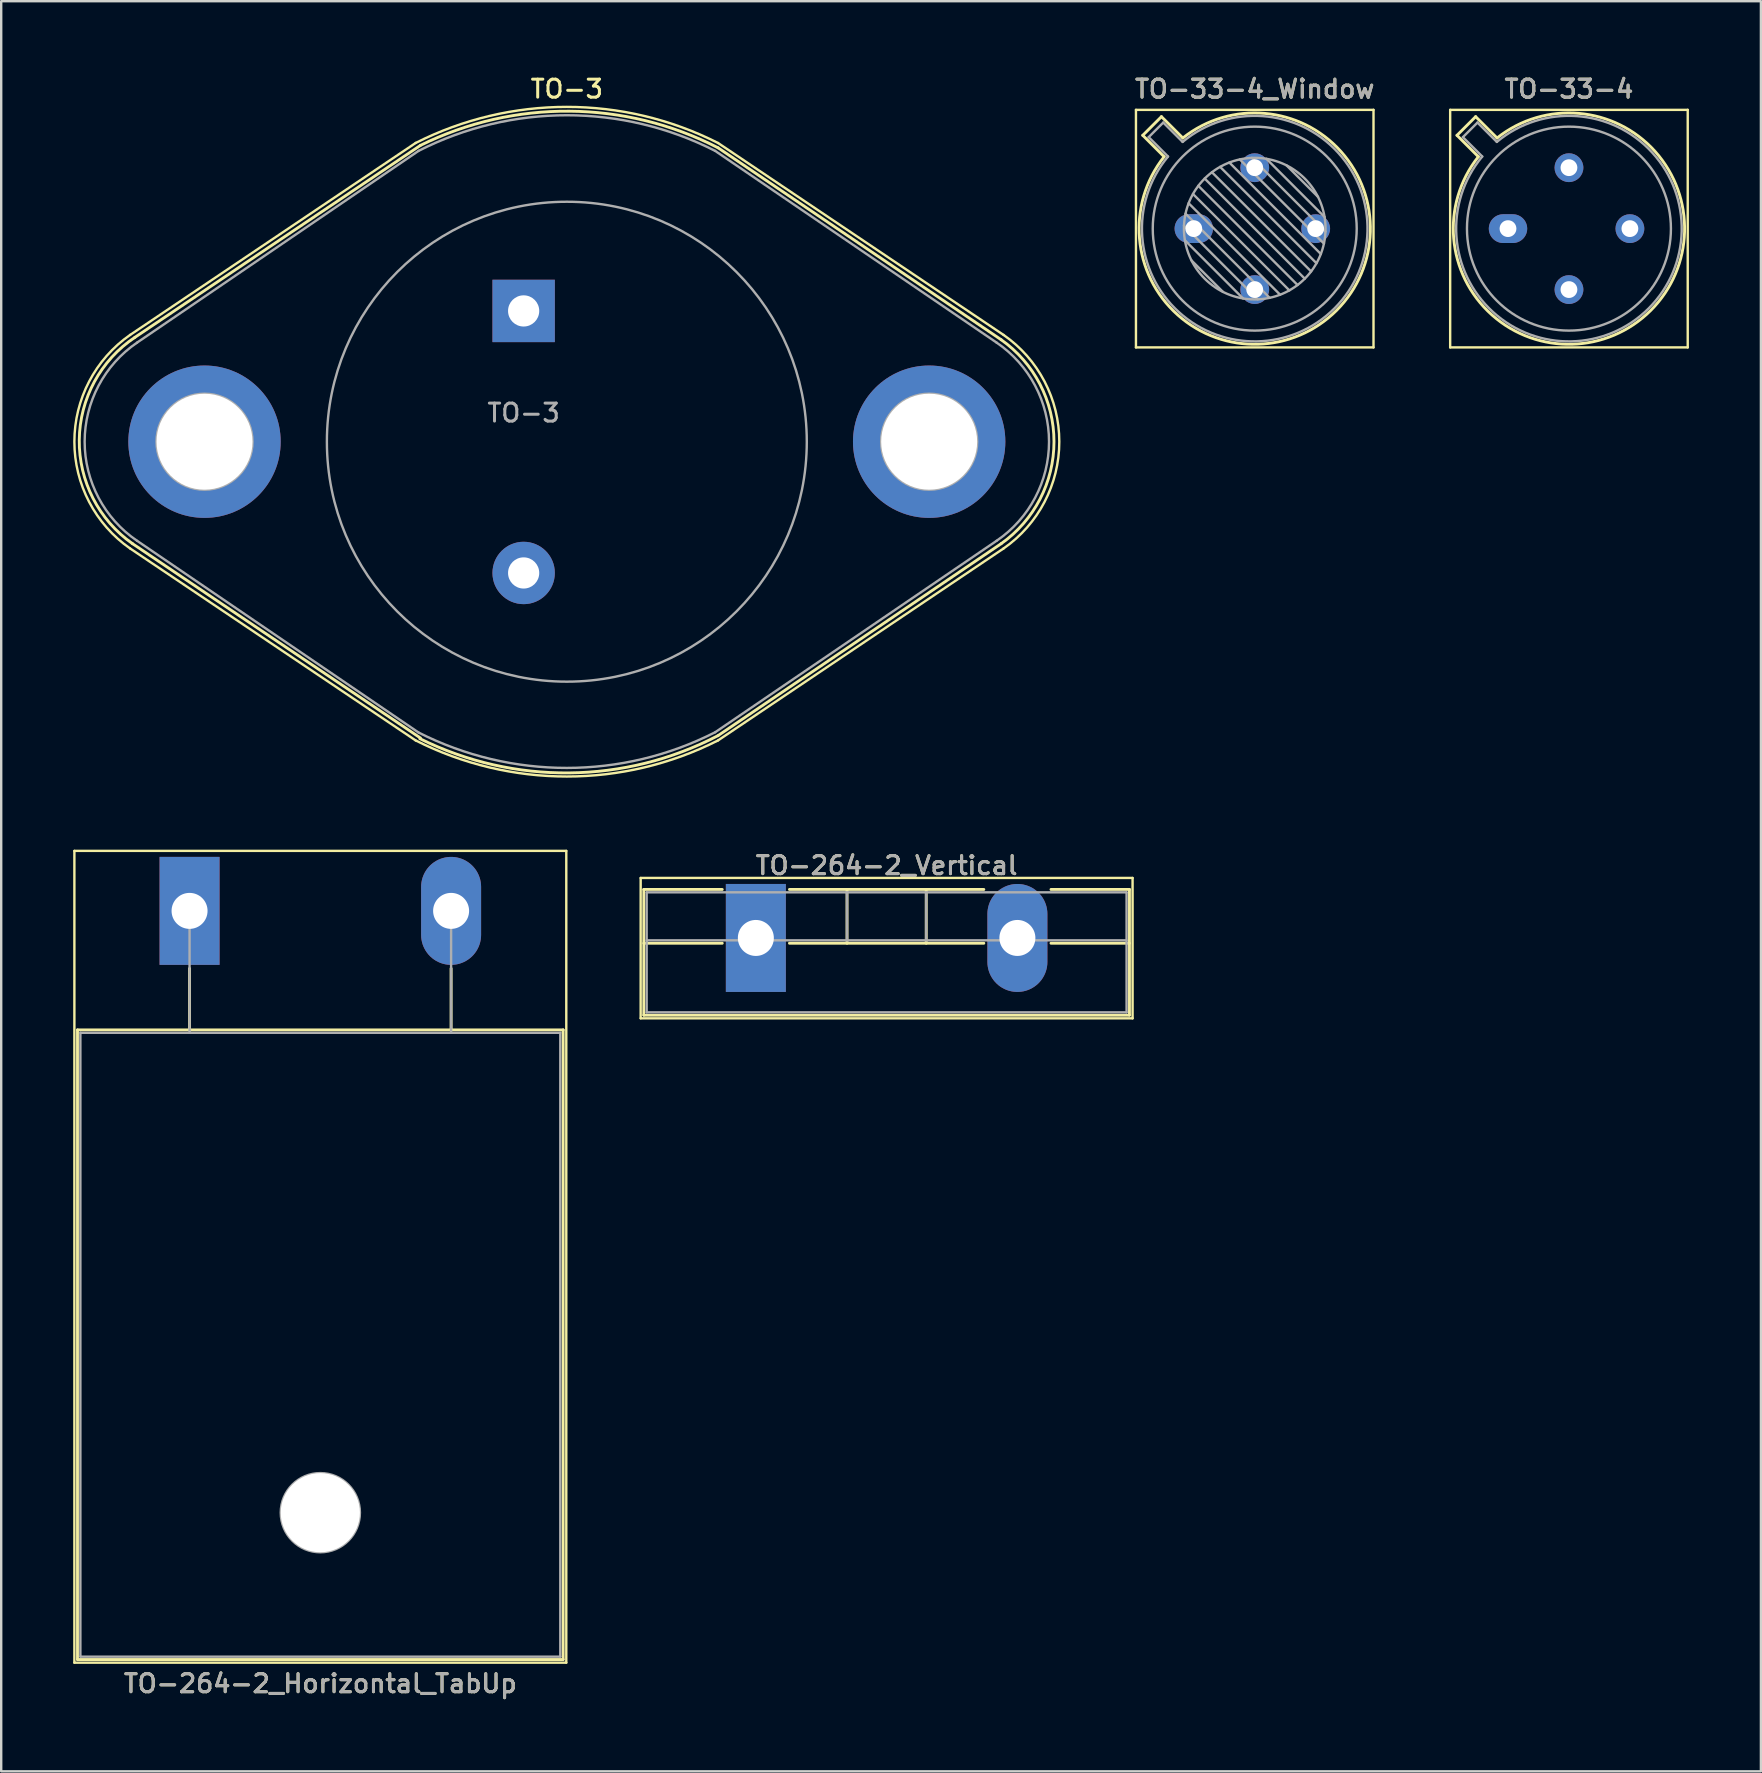
<source format=kicad_pcb>
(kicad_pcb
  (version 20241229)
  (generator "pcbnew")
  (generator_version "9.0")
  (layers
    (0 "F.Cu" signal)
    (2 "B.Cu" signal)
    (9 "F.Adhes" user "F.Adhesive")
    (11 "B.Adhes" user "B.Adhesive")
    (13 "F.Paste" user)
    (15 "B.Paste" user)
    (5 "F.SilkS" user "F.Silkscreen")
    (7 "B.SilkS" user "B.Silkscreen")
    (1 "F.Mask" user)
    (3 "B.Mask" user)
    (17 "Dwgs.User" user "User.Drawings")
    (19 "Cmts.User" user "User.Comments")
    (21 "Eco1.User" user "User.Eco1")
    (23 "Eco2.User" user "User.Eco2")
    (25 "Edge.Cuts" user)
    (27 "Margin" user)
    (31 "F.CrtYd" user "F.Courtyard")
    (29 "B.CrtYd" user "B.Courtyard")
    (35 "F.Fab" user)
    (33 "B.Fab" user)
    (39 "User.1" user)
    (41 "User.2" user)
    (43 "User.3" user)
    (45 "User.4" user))
  (footprint "TO-264-2_Horizontal_TabUp"
    (layer "F.Cu")
    (at 4.85 34.911)
    (property "Reference" "TO-264-2_Horizontal_TabUp" (at 5.45 32.2 0) (layer "F.SilkS") (effects (font (size 0.75 0.75) (thickness 0.125))))
    (attr through_hole)
    (fp_line (start -4.8 -2.5) (end -4.8 31.33) (stroke (width 0.1) (type solid)) (layer "F.SilkS"))
    (fp_line (start -4.8 31.33) (end 15.7 31.33) (stroke (width 0.1) (type solid)) (layer "F.SilkS"))
    (fp_line (start -4.67 4.96) (end -4.67 31.2) (stroke (width 0.12) (type solid)) (layer "F.SilkS"))
    (fp_line (start -4.67 4.96) (end 15.57 4.96) (stroke (width 0.12) (type solid)) (layer "F.SilkS"))
    (fp_line (start -4.67 31.2) (end 15.57 31.2) (stroke (width 0.12) (type solid)) (layer "F.SilkS"))
    (fp_line (start 0 2.4) (end 0 4.96) (stroke (width 0.12) (type solid)) (layer "F.SilkS"))
    (fp_line (start 10.9 2.4) (end 10.9 4.96) (stroke (width 0.12) (type solid)) (layer "F.SilkS"))
    (fp_line (start 15.57 4.96) (end 15.57 31.2) (stroke (width 0.12) (type solid)) (layer "F.SilkS"))
    (fp_line (start 15.7 -2.5) (end -4.8 -2.5) (stroke (width 0.1) (type solid)) (layer "F.SilkS"))
    (fp_line (start 15.7 31.33) (end 15.7 -2.5) (stroke (width 0.1) (type solid)) (layer "F.SilkS"))
    (fp_line (start -4.55 5.08) (end -4.55 31.08) (stroke (width 0.1) (type solid)) (layer "F.Fab"))
    (fp_line (start -4.55 31.08) (end 15.45 31.08) (stroke (width 0.1) (type solid)) (layer "F.Fab"))
    (fp_line (start 0 5.08) (end 0 0) (stroke (width 0.1) (type solid)) (layer "F.Fab"))
    (fp_line (start 10.9 5.08) (end 10.9 0) (stroke (width 0.1) (type solid)) (layer "F.Fab"))
    (fp_line (start 15.45 5.08) (end -4.55 5.08) (stroke (width 0.1) (type solid)) (layer "F.Fab"))
    (fp_line (start 15.45 31.08) (end 15.45 5.08) (stroke (width 0.1) (type solid)) (layer "F.Fab"))
    (fp_circle (center 5.45 25.08) (end 7.1 25.08) (stroke (width 0.1) (type solid)) (fill no) (layer "F.Fab"))
    (fp_text user "${REFERENCE}" (at 5.45 32.2 0) (layer "F.Fab") (effects (font (size 0.75 0.75) (thickness 0.125))))
    (pad "" np_thru_hole circle (at 5.45 25.08) (size 3.3 3.3) (drill 3.3) (layers "*.Cu" "*.Mask"))
    (pad "1" thru_hole rect (at 0 0) (size 2.5 4.5) (drill 1.5) (layers "*.Cu" "*.Mask"))
    (pad "2" thru_hole oval (at 10.9 0) (size 2.5 4.5) (drill 1.5) (layers "*.Cu" "*.Mask")))
  (footprint "TO-3"
    (layer "F.Cu")
    (at 18.773 9.908)
    (property "Reference" "TO-3" (at 1.8 -9.25 0) (layer "F.SilkS") (effects (font (size 0.75 0.75) (thickness 0.125))))
    (attr through_hole)
    (fp_line (start -4.5 -7) (end -16.4 1) (stroke (width 0.1) (type solid)) (layer "F.SilkS"))
    (fp_line (start -4.5 17.9) (end -16.4 9.9) (stroke (width 0.1) (type solid)) (layer "F.SilkS"))
    (fp_line (start -4.3 -6.9) (end -16.2 1.1) (stroke (width 0.12) (type solid)) (layer "F.SilkS"))
    (fp_line (start -4.3 17.8) (end -16.3 9.7) (stroke (width 0.12) (type solid)) (layer "F.SilkS"))
    (fp_line (start 8.1 -7) (end 20 1) (stroke (width 0.1) (type solid)) (layer "F.SilkS"))
    (fp_line (start 8.1 -6.8) (end 19.9 1.2) (stroke (width 0.12) (type solid)) (layer "F.SilkS"))
    (fp_line (start 8.1 17.7) (end 19.9 9.7) (stroke (width 0.12) (type solid)) (layer "F.SilkS"))
    (fp_line (start 8.1 17.9) (end 20 9.9) (stroke (width 0.1) (type solid)) (layer "F.SilkS"))
    (fp_arc (start -16.4 9.9) (mid -18.723326 5.45) (end -16.4 1) (stroke (width 0.1) (type solid)) (layer "F.SilkS"))
    (fp_arc (start -16.3 9.7) (mid -18.519226 5.373613) (end -16.2 1.1) (stroke (width 0.12) (type solid)) (layer "F.SilkS"))
    (fp_arc (start -4.5 -7) (mid 1.8 -8.503225) (end 8.1 -7) (stroke (width 0.1) (type solid)) (layer "F.SilkS"))
    (fp_arc (start -4.3 -6.9) (mid 1.911888 -8.324079) (end 8.1 -6.8) (stroke (width 0.12) (type solid)) (layer "F.SilkS"))
    (fp_arc (start 8.1 17.7) (mid 1.90661 19.252956) (end -4.325 17.825) (stroke (width 0.12) (type solid)) (layer "F.SilkS"))
    (fp_arc (start 8.1 17.9) (mid 1.8 19.403223) (end -4.5 17.9) (stroke (width 0.1) (type solid)) (layer "F.SilkS"))
    (fp_arc (start 19.9 1.2) (mid 22.102158 5.45) (end 19.9 9.7) (stroke (width 0.12) (type solid)) (layer "F.SilkS"))
    (fp_arc (start 20 1) (mid 22.323325 5.45) (end 20 9.9) (stroke (width 0.1) (type solid)) (layer "F.SilkS"))
    (fp_line (start -4.38 -6.67) (end -16.11 1.32) (stroke (width 0.1) (type solid)) (layer "F.Fab"))
    (fp_line (start -4.38 17.57) (end -16.11 9.58) (stroke (width 0.1) (type solid)) (layer "F.Fab"))
    (fp_line (start 7.98 -6.67) (end 19.71 1.32) (stroke (width 0.1) (type solid)) (layer "F.Fab"))
    (fp_line (start 7.98 17.56) (end 19.71 9.58) (stroke (width 0.1) (type solid)) (layer "F.Fab"))
    (fp_arc (start -16.11 9.58) (mid -18.295292 5.45) (end -16.11 1.32) (stroke (width 0.1) (type solid)) (layer "F.Fab"))
    (fp_arc (start -4.38 -6.67) (mid 1.8 -8.154661) (end 7.98 -6.67) (stroke (width 0.1) (type solid)) (layer "F.Fab"))
    (fp_arc (start 7.98 17.56) (mid 1.801197 19.045069) (end -4.38 17.57) (stroke (width 0.1) (type solid)) (layer "F.Fab"))
    (fp_arc (start 19.71 1.32) (mid 21.895289 5.45) (end 19.71 9.58) (stroke (width 0.1) (type solid)) (layer "F.Fab"))
    (fp_circle (center -13.3 5.45) (end -15.3 5.45) (stroke (width 0.1) (type solid)) (fill no) (layer "F.Fab"))
    (fp_circle (center 1.8 5.45) (end 11.8 5.45) (stroke (width 0.1) (type solid)) (fill no) (layer "F.Fab"))
    (fp_circle (center 16.9 5.45) (end 18.9 5.45) (stroke (width 0.1) (type solid)) (fill no) (layer "F.Fab"))
    (fp_text user "${REFERENCE}" (at 0 4.25 0) (layer "F.Fab") (effects (font (size 0.75 0.75) (thickness 0.125))))
    (pad "1" thru_hole rect (at 0 0) (size 2.6 2.6) (drill 1.3) (layers "*.Cu" "*.Mask"))
    (pad "2" thru_hole circle (at 0 10.92) (size 2.6 2.6) (drill 1.3) (layers "*.Cu" "*.Mask"))
    (pad "3" thru_hole circle (at -13.3 5.45) (size 6.35 6.35) (drill 4) (layers "*.Cu" "*.Mask"))
    (pad "3" thru_hole circle (at 16.9 5.45) (size 6.35 6.35) (drill 4) (layers "*.Cu" "*.Mask")))
  (footprint "TO-33-4_Window"
    (layer "F.Cu")
    (at 46.701 6.478)
    (property "Reference" "TO-33-4_Window" (at 2.54 -5.82 0) (layer "F.SilkS") (effects (font (size 0.75 0.75) (thickness 0.125))))
    (attr through_hole)
    (fp_line (start -2.41 -4.95) (end -2.41 4.95) (stroke (width 0.1) (type solid)) (layer "F.SilkS"))
    (fp_line (start -2.41 4.95) (end 7.49 4.95) (stroke (width 0.1) (type solid)) (layer "F.SilkS"))
    (fp_line (start -2.126 -3.888) (end -1.235 -2.997) (stroke (width 0.12) (type solid)) (layer "F.SilkS"))
    (fp_line (start -1.348 -4.666) (end -2.126 -3.888) (stroke (width 0.12) (type solid)) (layer "F.SilkS"))
    (fp_line (start -0.457 -3.775) (end -1.348 -4.666) (stroke (width 0.12) (type solid)) (layer "F.SilkS"))
    (fp_line (start 7.49 -4.95) (end -2.41 -4.95) (stroke (width 0.1) (type solid)) (layer "F.SilkS"))
    (fp_line (start 7.49 4.95) (end 7.49 -4.95) (stroke (width 0.1) (type solid)) (layer "F.SilkS"))
    (fp_arc (start -0.457084 -3.774902) (mid 5.948255 3.408255) (end -1.234902 -2.997084) (stroke (width 0.12) (type solid)) (layer "F.SilkS"))
    (fp_line (start -1.88 -3.812) (end -1.074 -3.005) (stroke (width 0.1) (type solid)) (layer "F.Fab"))
    (fp_line (start -1.272 -4.42) (end -1.88 -3.812) (stroke (width 0.1) (type solid)) (layer "F.Fab"))
    (fp_line (start -0.465 -3.614) (end -1.272 -4.42) (stroke (width 0.1) (type solid)) (layer "F.Fab"))
    (fp_line (start -0.408 -0.12) (end 2.66 2.948) (stroke (width 0.1) (type solid)) (layer "F.Fab"))
    (fp_line (start -0.371 0.485) (end 2.055 2.911) (stroke (width 0.1) (type solid)) (layer "F.Fab"))
    (fp_line (start -0.344 -0.622) (end 3.162 2.884) (stroke (width 0.1) (type solid)) (layer "F.Fab"))
    (fp_line (start -0.215 -1.058) (end 3.598 2.755) (stroke (width 0.1) (type solid)) (layer "F.Fab"))
    (fp_line (start -0.097 1.324) (end 1.216 2.637) (stroke (width 0.1) (type solid)) (layer "F.Fab"))
    (fp_line (start -0.034 -1.443) (end 3.983 2.574) (stroke (width 0.1) (type solid)) (layer "F.Fab"))
    (fp_line (start 0.19 -1.784) (end 4.324 2.35) (stroke (width 0.1) (type solid)) (layer "F.Fab"))
    (fp_line (start 0.454 -2.086) (end 4.626 2.086) (stroke (width 0.1) (type solid)) (layer "F.Fab"))
    (fp_line (start 0.756 -2.35) (end 4.89 1.784) (stroke (width 0.1) (type solid)) (layer "F.Fab"))
    (fp_line (start 1.097 -2.574) (end 5.114 1.443) (stroke (width 0.1) (type solid)) (layer "F.Fab"))
    (fp_line (start 1.482 -2.755) (end 5.295 1.058) (stroke (width 0.1) (type solid)) (layer "F.Fab"))
    (fp_line (start 1.918 -2.884) (end 5.424 0.622) (stroke (width 0.1) (type solid)) (layer "F.Fab"))
    (fp_line (start 2.42 -2.948) (end 5.488 0.12) (stroke (width 0.1) (type solid)) (layer "F.Fab"))
    (fp_line (start 3.025 -2.911) (end 5.451 -0.485) (stroke (width 0.1) (type solid)) (layer "F.Fab"))
    (fp_line (start 3.864 -2.637) (end 5.177 -1.324) (stroke (width 0.1) (type solid)) (layer "F.Fab"))
    (fp_arc (start -0.465408 -3.61352) (mid 5.863402 3.323402) (end -1.07352 -3.005408) (stroke (width 0.1) (type solid)) (layer "F.Fab"))
    (fp_circle (center 2.54 0) (end 5.49 0) (stroke (width 0.1) (type solid)) (fill no) (layer "F.Fab"))
    (fp_circle (center 2.54 0) (end 6.79 0) (stroke (width 0.1) (type solid)) (fill no) (layer "F.Fab"))
    (fp_text user "${REFERENCE}" (at 2.54 -5.82 0) (layer "F.Fab") (effects (font (size 0.75 0.75) (thickness 0.125))))
    (pad "1" thru_hole oval (at 0 0) (size 1.6 1.2) (drill 0.7) (layers "*.Cu" "*.Mask"))
    (pad "2" thru_hole circle (at 2.54 2.54) (size 1.2 1.2) (drill 0.7) (layers "*.Cu" "*.Mask"))
    (pad "3" thru_hole circle (at 5.08 0) (size 1.2 1.2) (drill 0.7) (layers "*.Cu" "*.Mask"))
    (pad "4" thru_hole circle (at 2.54 -2.54) (size 1.2 1.2) (drill 0.7) (layers "*.Cu" "*.Mask")))
  (footprint "TO-33-4"
    (layer "F.Cu")
    (at 59.796 6.478)
    (property "Reference" "TO-33-4" (at 2.54 -5.82 0) (layer "F.SilkS") (effects (font (size 0.75 0.75) (thickness 0.125))))
    (attr through_hole)
    (fp_line (start -2.41 -4.95) (end -2.41 4.95) (stroke (width 0.1) (type solid)) (layer "F.SilkS"))
    (fp_line (start -2.41 4.95) (end 7.49 4.95) (stroke (width 0.1) (type solid)) (layer "F.SilkS"))
    (fp_line (start -2.126 -3.888) (end -1.235 -2.997) (stroke (width 0.12) (type solid)) (layer "F.SilkS"))
    (fp_line (start -1.348 -4.666) (end -2.126 -3.888) (stroke (width 0.12) (type solid)) (layer "F.SilkS"))
    (fp_line (start -0.457 -3.775) (end -1.348 -4.666) (stroke (width 0.12) (type solid)) (layer "F.SilkS"))
    (fp_line (start 7.49 -4.95) (end -2.41 -4.95) (stroke (width 0.1) (type solid)) (layer "F.SilkS"))
    (fp_line (start 7.49 4.95) (end 7.49 -4.95) (stroke (width 0.1) (type solid)) (layer "F.SilkS"))
    (fp_arc (start -0.457084 -3.774902) (mid 5.948255 3.408255) (end -1.234902 -2.997084) (stroke (width 0.12) (type solid)) (layer "F.SilkS"))
    (fp_line (start -1.88 -3.812) (end -1.074 -3.005) (stroke (width 0.1) (type solid)) (layer "F.Fab"))
    (fp_line (start -1.272 -4.42) (end -1.88 -3.812) (stroke (width 0.1) (type solid)) (layer "F.Fab"))
    (fp_line (start -0.465 -3.614) (end -1.272 -4.42) (stroke (width 0.1) (type solid)) (layer "F.Fab"))
    (fp_arc (start -0.465408 -3.61352) (mid 5.863402 3.323402) (end -1.07352 -3.005408) (stroke (width 0.1) (type solid)) (layer "F.Fab"))
    (fp_circle (center 2.54 0) (end 6.79 0) (stroke (width 0.1) (type solid)) (fill no) (layer "F.Fab"))
    (fp_text user "${REFERENCE}" (at 2.54 -5.82 0) (layer "F.Fab") (effects (font (size 0.75 0.75) (thickness 0.125))))
    (pad "1" thru_hole oval (at 0 0) (size 1.6 1.2) (drill 0.7) (layers "*.Cu" "*.Mask"))
    (pad "2" thru_hole circle (at 2.54 2.54) (size 1.2 1.2) (drill 0.7) (layers "*.Cu" "*.Mask"))
    (pad "3" thru_hole circle (at 5.08 0) (size 1.2 1.2) (drill 0.7) (layers "*.Cu" "*.Mask"))
    (pad "4" thru_hole circle (at 2.54 -2.54) (size 1.2 1.2) (drill 0.7) (layers "*.Cu" "*.Mask")))
  (footprint "TO-264-2_Vertical"
    (layer "F.Cu")
    (at 28.45 36.039)
    (property "Reference" "TO-264-2_Vertical" (at 5.45 -3.02 0) (layer "F.SilkS") (effects (font (size 0.75 0.75) (thickness 0.125))))
    (attr through_hole)
    (fp_line (start -4.8 -2.5) (end -4.8 3.35) (stroke (width 0.1) (type solid)) (layer "F.SilkS"))
    (fp_line (start -4.8 3.35) (end 15.7 3.35) (stroke (width 0.1) (type solid)) (layer "F.SilkS"))
    (fp_line (start -4.67 -2.021) (end -4.67 3.22) (stroke (width 0.12) (type solid)) (layer "F.SilkS"))
    (fp_line (start -4.67 -2.021) (end -1.4 -2.021) (stroke (width 0.12) (type solid)) (layer "F.SilkS"))
    (fp_line (start -4.67 0.22) (end -1.4 0.22) (stroke (width 0.12) (type solid)) (layer "F.SilkS"))
    (fp_line (start -4.67 3.22) (end 15.57 3.22) (stroke (width 0.12) (type solid)) (layer "F.SilkS"))
    (fp_line (start 1.4 -2.021) (end 9.5 -2.021) (stroke (width 0.12) (type solid)) (layer "F.SilkS"))
    (fp_line (start 1.4 0.22) (end 9.5 0.22) (stroke (width 0.12) (type solid)) (layer "F.SilkS"))
    (fp_line (start 3.8 -2.021) (end 3.8 0.22) (stroke (width 0.12) (type solid)) (layer "F.SilkS"))
    (fp_line (start 7.1 -2.021) (end 7.1 0.22) (stroke (width 0.12) (type solid)) (layer "F.SilkS"))
    (fp_line (start 12.3 -2.021) (end 15.57 -2.021) (stroke (width 0.12) (type solid)) (layer "F.SilkS"))
    (fp_line (start 12.3 0.22) (end 15.57 0.22) (stroke (width 0.12) (type solid)) (layer "F.SilkS"))
    (fp_line (start 15.57 -2.021) (end 15.57 3.22) (stroke (width 0.12) (type solid)) (layer "F.SilkS"))
    (fp_line (start 15.7 -2.5) (end -4.8 -2.5) (stroke (width 0.1) (type solid)) (layer "F.SilkS"))
    (fp_line (start 15.7 3.35) (end 15.7 -2.5) (stroke (width 0.1) (type solid)) (layer "F.SilkS"))
    (fp_line (start -4.55 -1.9) (end -4.55 3.1) (stroke (width 0.1) (type solid)) (layer "F.Fab"))
    (fp_line (start -4.55 0.1) (end 15.45 0.1) (stroke (width 0.1) (type solid)) (layer "F.Fab"))
    (fp_line (start -4.55 3.1) (end 15.45 3.1) (stroke (width 0.1) (type solid)) (layer "F.Fab"))
    (fp_line (start 3.8 -1.9) (end 3.8 0.1) (stroke (width 0.1) (type solid)) (layer "F.Fab"))
    (fp_line (start 7.1 -1.9) (end 7.1 0.1) (stroke (width 0.1) (type solid)) (layer "F.Fab"))
    (fp_line (start 15.45 -1.9) (end -4.55 -1.9) (stroke (width 0.1) (type solid)) (layer "F.Fab"))
    (fp_line (start 15.45 3.1) (end 15.45 -1.9) (stroke (width 0.1) (type solid)) (layer "F.Fab"))
    (fp_text user "${REFERENCE}" (at 5.45 -3.02 0) (layer "F.Fab") (effects (font (size 0.75 0.75) (thickness 0.125))))
    (pad "1" thru_hole rect (at 0 0) (size 2.5 4.5) (drill 1.5) (layers "*.Cu" "*.Mask"))
    (pad "2" thru_hole oval (at 10.9 0) (size 2.5 4.5) (drill 1.5) (layers "*.Cu" "*.Mask")))
  (gr_rect
    (start -3 -3)
    (end 70.336 70.769)
    (stroke (width 0.1) (type default))
    (fill no)
    (layer "Edge.Cuts")))
</source>
